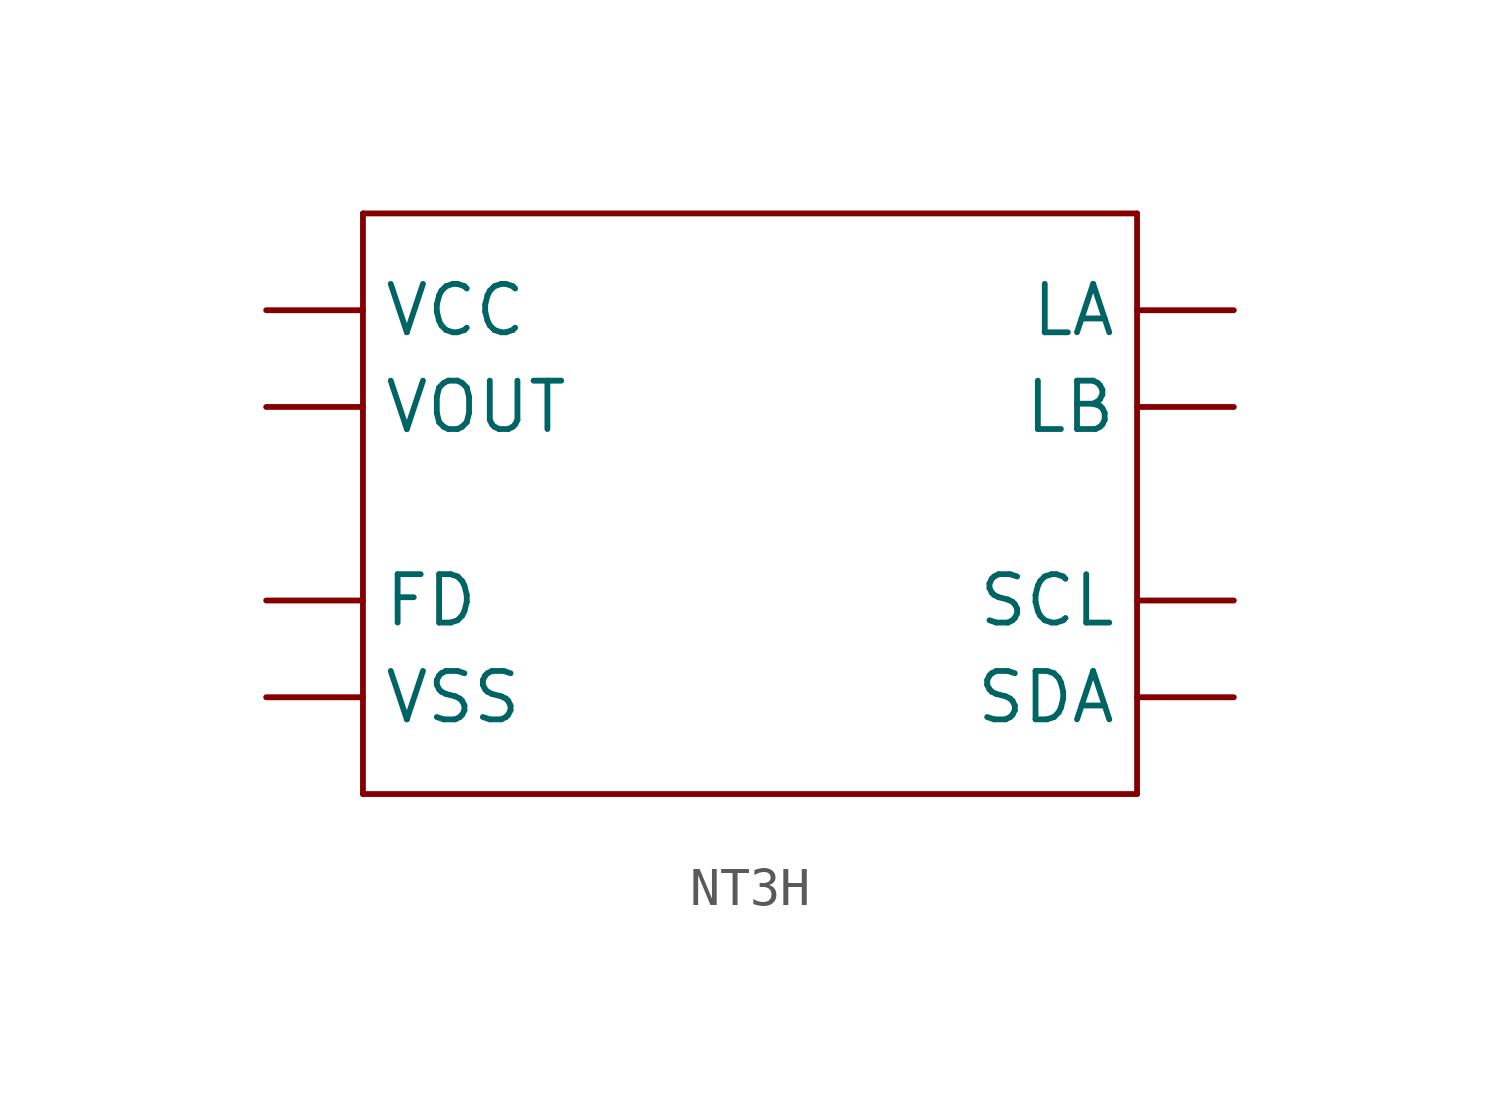
<source format=kicad_sym>
(kicad_symbol_lib
  (version 20231120)
  (generator "kicad_symbol_editor")
  (generator_version "8.0")
  (symbol "NT3H"
    (property "Reference" ""
      (at -10.16 10.16 0)
      (effects (font (size 1.778 1.511)) (justify left bottom) (hide yes)))
    (property "ki_locked" ""
      (at 0 0 0)
      (effects (font (size 1.27 1.27))))
    (symbol "NT3H_1_0"
      (polyline (pts (xy -10.16 -7.62) (xy 10.16 -7.62)) (stroke (width 0.152) (type solid)) (fill (type none)))
      (polyline (pts (xy -10.16 7.62) (xy -10.16 -7.62)) (stroke (width 0.152) (type solid)) (fill (type none)))
      (polyline (pts (xy 10.16 -7.62) (xy 10.16 7.62)) (stroke (width 0.152) (type solid)) (fill (type none)))
      (polyline (pts (xy 10.16 7.62) (xy -10.16 7.62)) (stroke (width 0.152) (type solid)) (fill (type none)))
      (pin bidirectional line (at -12.7 -2.54 0) (length 2.54) (name "FD" (effects (font (size 1.27 1.27)))) (number "FD" (effects (font (size 0 0)))))
      (pin bidirectional line (at 12.7 5.08 180) (length 2.54) (name "LA" (effects (font (size 1.27 1.27)))) (number "LA" (effects (font (size 0 0)))))
      (pin bidirectional line (at 12.7 2.54 180) (length 2.54) (name "LB" (effects (font (size 1.27 1.27)))) (number "LB" (effects (font (size 0 0)))))
      (pin bidirectional line (at 12.7 -2.54 180) (length 2.54) (name "SCL" (effects (font (size 1.27 1.27)))) (number "SCL" (effects (font (size 0 0)))))
      (pin bidirectional line (at 12.7 -5.08 180) (length 2.54) (name "SDA" (effects (font (size 1.27 1.27)))) (number "SDA" (effects (font (size 0 0)))))
      (pin bidirectional line (at -12.7 5.08 0) (length 2.54) (name "VCC" (effects (font (size 1.27 1.27)))) (number "VCC" (effects (font (size 0 0)))))
      (pin bidirectional line (at -12.7 2.54 0) (length 2.54) (name "VOUT" (effects (font (size 1.27 1.27)))) (number "VOUT" (effects (font (size 0 0)))))
      (pin bidirectional line (at -12.7 -5.08 0) (length 2.54) (name "VSS" (effects (font (size 1.27 1.27)))) (number "VSS" (effects (font (size 0 0))))))))
</source>
